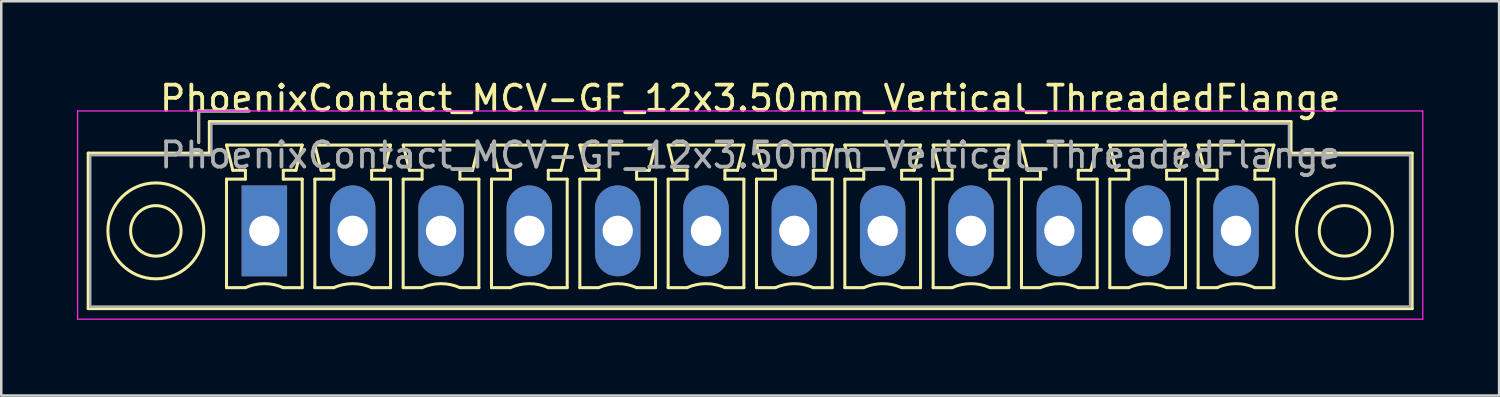
<source format=kicad_pcb>
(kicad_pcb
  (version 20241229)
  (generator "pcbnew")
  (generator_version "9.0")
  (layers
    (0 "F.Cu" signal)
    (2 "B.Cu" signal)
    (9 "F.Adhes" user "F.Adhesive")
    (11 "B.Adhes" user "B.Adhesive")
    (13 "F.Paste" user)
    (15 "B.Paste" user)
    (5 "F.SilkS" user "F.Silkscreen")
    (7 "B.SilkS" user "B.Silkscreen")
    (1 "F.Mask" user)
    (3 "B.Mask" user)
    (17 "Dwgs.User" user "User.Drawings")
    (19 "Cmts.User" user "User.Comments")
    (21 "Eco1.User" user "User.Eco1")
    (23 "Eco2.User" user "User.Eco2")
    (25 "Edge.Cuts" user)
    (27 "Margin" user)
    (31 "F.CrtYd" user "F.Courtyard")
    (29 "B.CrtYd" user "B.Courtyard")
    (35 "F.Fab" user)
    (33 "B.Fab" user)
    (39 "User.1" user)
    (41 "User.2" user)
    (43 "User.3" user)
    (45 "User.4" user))
  (footprint "PhoenixContact_MCV-GF_12x3.50mm_Vertical_ThreadedFlange"
    (layer "F.Cu")
    (at 7.425 6.098)
    (property "Reference" "PhoenixContact_MCV-GF_12x3.50mm_Vertical_ThreadedFlange" (at 19.25 -5.25 0) (layer "F.SilkS") (effects (font (size 1 1) (thickness 0.15))))
    (attr through_hole)
    (fp_line (start -6.98 -3.08) (end -6.98 3.08) (stroke (width 0.12) (type solid)) (layer "F.SilkS"))
    (fp_line (start -6.98 3.08) (end 45.48 3.08) (stroke (width 0.12) (type solid)) (layer "F.SilkS"))
    (fp_line (start -2.6 -4.75) (end -0.6 -4.75) (stroke (width 0.12) (type solid)) (layer "F.SilkS"))
    (fp_line (start -2.6 -3.5) (end -2.6 -4.75) (stroke (width 0.12) (type solid)) (layer "F.SilkS"))
    (fp_line (start -2.18 -4.33) (end -2.18 -3.08) (stroke (width 0.12) (type solid)) (layer "F.SilkS"))
    (fp_line (start -2.18 -3.08) (end -6.98 -3.08) (stroke (width 0.12) (type solid)) (layer "F.SilkS"))
    (fp_line (start -1.5 -3.4) (end 1.5 -3.4) (stroke (width 0.12) (type solid)) (layer "F.SilkS"))
    (fp_line (start -1.5 -2.05) (end -0.75 -2.05) (stroke (width 0.12) (type solid)) (layer "F.SilkS"))
    (fp_line (start -1.5 2.25) (end -1.5 -2.05) (stroke (width 0.12) (type solid)) (layer "F.SilkS"))
    (fp_line (start -1.25 -2.4) (end -1.5 -3.4) (stroke (width 0.12) (type solid)) (layer "F.SilkS"))
    (fp_line (start -0.75 -2.4) (end -1.25 -2.4) (stroke (width 0.12) (type solid)) (layer "F.SilkS"))
    (fp_line (start -0.75 -2.05) (end -0.75 -2.4) (stroke (width 0.12) (type solid)) (layer "F.SilkS"))
    (fp_line (start -0.75 2.25) (end -1.5 2.25) (stroke (width 0.12) (type solid)) (layer "F.SilkS"))
    (fp_line (start 0.75 -2.4) (end 0.75 -2.05) (stroke (width 0.12) (type solid)) (layer "F.SilkS"))
    (fp_line (start 0.75 -2.05) (end 1.5 -2.05) (stroke (width 0.12) (type solid)) (layer "F.SilkS"))
    (fp_line (start 1.25 -2.4) (end 0.75 -2.4) (stroke (width 0.12) (type solid)) (layer "F.SilkS"))
    (fp_line (start 1.5 -3.4) (end 1.25 -2.4) (stroke (width 0.12) (type solid)) (layer "F.SilkS"))
    (fp_line (start 1.5 -2.05) (end 1.5 2.25) (stroke (width 0.12) (type solid)) (layer "F.SilkS"))
    (fp_line (start 1.5 2.25) (end 0.75 2.25) (stroke (width 0.12) (type solid)) (layer "F.SilkS"))
    (fp_line (start 2 -3.4) (end 5 -3.4) (stroke (width 0.12) (type solid)) (layer "F.SilkS"))
    (fp_line (start 2 -2.05) (end 2.75 -2.05) (stroke (width 0.12) (type solid)) (layer "F.SilkS"))
    (fp_line (start 2 2.25) (end 2 -2.05) (stroke (width 0.12) (type solid)) (layer "F.SilkS"))
    (fp_line (start 2.25 -2.4) (end 2 -3.4) (stroke (width 0.12) (type solid)) (layer "F.SilkS"))
    (fp_line (start 2.75 -2.4) (end 2.25 -2.4) (stroke (width 0.12) (type solid)) (layer "F.SilkS"))
    (fp_line (start 2.75 -2.05) (end 2.75 -2.4) (stroke (width 0.12) (type solid)) (layer "F.SilkS"))
    (fp_line (start 2.75 2.25) (end 2 2.25) (stroke (width 0.12) (type solid)) (layer "F.SilkS"))
    (fp_line (start 4.25 -2.4) (end 4.25 -2.05) (stroke (width 0.12) (type solid)) (layer "F.SilkS"))
    (fp_line (start 4.25 -2.05) (end 5 -2.05) (stroke (width 0.12) (type solid)) (layer "F.SilkS"))
    (fp_line (start 4.75 -2.4) (end 4.25 -2.4) (stroke (width 0.12) (type solid)) (layer "F.SilkS"))
    (fp_line (start 5 -3.4) (end 4.75 -2.4) (stroke (width 0.12) (type solid)) (layer "F.SilkS"))
    (fp_line (start 5 -2.05) (end 5 2.25) (stroke (width 0.12) (type solid)) (layer "F.SilkS"))
    (fp_line (start 5 2.25) (end 4.25 2.25) (stroke (width 0.12) (type solid)) (layer "F.SilkS"))
    (fp_line (start 5.5 -3.4) (end 8.5 -3.4) (stroke (width 0.12) (type solid)) (layer "F.SilkS"))
    (fp_line (start 5.5 -2.05) (end 6.25 -2.05) (stroke (width 0.12) (type solid)) (layer "F.SilkS"))
    (fp_line (start 5.5 2.25) (end 5.5 -2.05) (stroke (width 0.12) (type solid)) (layer "F.SilkS"))
    (fp_line (start 5.75 -2.4) (end 5.5 -3.4) (stroke (width 0.12) (type solid)) (layer "F.SilkS"))
    (fp_line (start 6.25 -2.4) (end 5.75 -2.4) (stroke (width 0.12) (type solid)) (layer "F.SilkS"))
    (fp_line (start 6.25 -2.05) (end 6.25 -2.4) (stroke (width 0.12) (type solid)) (layer "F.SilkS"))
    (fp_line (start 6.25 2.25) (end 5.5 2.25) (stroke (width 0.12) (type solid)) (layer "F.SilkS"))
    (fp_line (start 7.75 -2.4) (end 7.75 -2.05) (stroke (width 0.12) (type solid)) (layer "F.SilkS"))
    (fp_line (start 7.75 -2.05) (end 8.5 -2.05) (stroke (width 0.12) (type solid)) (layer "F.SilkS"))
    (fp_line (start 8.25 -2.4) (end 7.75 -2.4) (stroke (width 0.12) (type solid)) (layer "F.SilkS"))
    (fp_line (start 8.5 -3.4) (end 8.25 -2.4) (stroke (width 0.12) (type solid)) (layer "F.SilkS"))
    (fp_line (start 8.5 -2.05) (end 8.5 2.25) (stroke (width 0.12) (type solid)) (layer "F.SilkS"))
    (fp_line (start 8.5 2.25) (end 7.75 2.25) (stroke (width 0.12) (type solid)) (layer "F.SilkS"))
    (fp_line (start 9 -3.4) (end 12 -3.4) (stroke (width 0.12) (type solid)) (layer "F.SilkS"))
    (fp_line (start 9 -2.05) (end 9.75 -2.05) (stroke (width 0.12) (type solid)) (layer "F.SilkS"))
    (fp_line (start 9 2.25) (end 9 -2.05) (stroke (width 0.12) (type solid)) (layer "F.SilkS"))
    (fp_line (start 9.25 -2.4) (end 9 -3.4) (stroke (width 0.12) (type solid)) (layer "F.SilkS"))
    (fp_line (start 9.75 -2.4) (end 9.25 -2.4) (stroke (width 0.12) (type solid)) (layer "F.SilkS"))
    (fp_line (start 9.75 -2.05) (end 9.75 -2.4) (stroke (width 0.12) (type solid)) (layer "F.SilkS"))
    (fp_line (start 9.75 2.25) (end 9 2.25) (stroke (width 0.12) (type solid)) (layer "F.SilkS"))
    (fp_line (start 11.25 -2.4) (end 11.25 -2.05) (stroke (width 0.12) (type solid)) (layer "F.SilkS"))
    (fp_line (start 11.25 -2.05) (end 12 -2.05) (stroke (width 0.12) (type solid)) (layer "F.SilkS"))
    (fp_line (start 11.75 -2.4) (end 11.25 -2.4) (stroke (width 0.12) (type solid)) (layer "F.SilkS"))
    (fp_line (start 12 -3.4) (end 11.75 -2.4) (stroke (width 0.12) (type solid)) (layer "F.SilkS"))
    (fp_line (start 12 -2.05) (end 12 2.25) (stroke (width 0.12) (type solid)) (layer "F.SilkS"))
    (fp_line (start 12 2.25) (end 11.25 2.25) (stroke (width 0.12) (type solid)) (layer "F.SilkS"))
    (fp_line (start 12.5 -3.4) (end 15.5 -3.4) (stroke (width 0.12) (type solid)) (layer "F.SilkS"))
    (fp_line (start 12.5 -2.05) (end 13.25 -2.05) (stroke (width 0.12) (type solid)) (layer "F.SilkS"))
    (fp_line (start 12.5 2.25) (end 12.5 -2.05) (stroke (width 0.12) (type solid)) (layer "F.SilkS"))
    (fp_line (start 12.75 -2.4) (end 12.5 -3.4) (stroke (width 0.12) (type solid)) (layer "F.SilkS"))
    (fp_line (start 13.25 -2.4) (end 12.75 -2.4) (stroke (width 0.12) (type solid)) (layer "F.SilkS"))
    (fp_line (start 13.25 -2.05) (end 13.25 -2.4) (stroke (width 0.12) (type solid)) (layer "F.SilkS"))
    (fp_line (start 13.25 2.25) (end 12.5 2.25) (stroke (width 0.12) (type solid)) (layer "F.SilkS"))
    (fp_line (start 14.75 -2.4) (end 14.75 -2.05) (stroke (width 0.12) (type solid)) (layer "F.SilkS"))
    (fp_line (start 14.75 -2.05) (end 15.5 -2.05) (stroke (width 0.12) (type solid)) (layer "F.SilkS"))
    (fp_line (start 15.25 -2.4) (end 14.75 -2.4) (stroke (width 0.12) (type solid)) (layer "F.SilkS"))
    (fp_line (start 15.5 -3.4) (end 15.25 -2.4) (stroke (width 0.12) (type solid)) (layer "F.SilkS"))
    (fp_line (start 15.5 -2.05) (end 15.5 2.25) (stroke (width 0.12) (type solid)) (layer "F.SilkS"))
    (fp_line (start 15.5 2.25) (end 14.75 2.25) (stroke (width 0.12) (type solid)) (layer "F.SilkS"))
    (fp_line (start 16 -3.4) (end 19 -3.4) (stroke (width 0.12) (type solid)) (layer "F.SilkS"))
    (fp_line (start 16 -2.05) (end 16.75 -2.05) (stroke (width 0.12) (type solid)) (layer "F.SilkS"))
    (fp_line (start 16 2.25) (end 16 -2.05) (stroke (width 0.12) (type solid)) (layer "F.SilkS"))
    (fp_line (start 16.25 -2.4) (end 16 -3.4) (stroke (width 0.12) (type solid)) (layer "F.SilkS"))
    (fp_line (start 16.75 -2.4) (end 16.25 -2.4) (stroke (width 0.12) (type solid)) (layer "F.SilkS"))
    (fp_line (start 16.75 -2.05) (end 16.75 -2.4) (stroke (width 0.12) (type solid)) (layer "F.SilkS"))
    (fp_line (start 16.75 2.25) (end 16 2.25) (stroke (width 0.12) (type solid)) (layer "F.SilkS"))
    (fp_line (start 18.25 -2.4) (end 18.25 -2.05) (stroke (width 0.12) (type solid)) (layer "F.SilkS"))
    (fp_line (start 18.25 -2.05) (end 19 -2.05) (stroke (width 0.12) (type solid)) (layer "F.SilkS"))
    (fp_line (start 18.75 -2.4) (end 18.25 -2.4) (stroke (width 0.12) (type solid)) (layer "F.SilkS"))
    (fp_line (start 19 -3.4) (end 18.75 -2.4) (stroke (width 0.12) (type solid)) (layer "F.SilkS"))
    (fp_line (start 19 -2.05) (end 19 2.25) (stroke (width 0.12) (type solid)) (layer "F.SilkS"))
    (fp_line (start 19 2.25) (end 18.25 2.25) (stroke (width 0.12) (type solid)) (layer "F.SilkS"))
    (fp_line (start 19.5 -3.4) (end 22.5 -3.4) (stroke (width 0.12) (type solid)) (layer "F.SilkS"))
    (fp_line (start 19.5 -2.05) (end 20.25 -2.05) (stroke (width 0.12) (type solid)) (layer "F.SilkS"))
    (fp_line (start 19.5 2.25) (end 19.5 -2.05) (stroke (width 0.12) (type solid)) (layer "F.SilkS"))
    (fp_line (start 19.75 -2.4) (end 19.5 -3.4) (stroke (width 0.12) (type solid)) (layer "F.SilkS"))
    (fp_line (start 20.25 -2.4) (end 19.75 -2.4) (stroke (width 0.12) (type solid)) (layer "F.SilkS"))
    (fp_line (start 20.25 -2.05) (end 20.25 -2.4) (stroke (width 0.12) (type solid)) (layer "F.SilkS"))
    (fp_line (start 20.25 2.25) (end 19.5 2.25) (stroke (width 0.12) (type solid)) (layer "F.SilkS"))
    (fp_line (start 21.75 -2.4) (end 21.75 -2.05) (stroke (width 0.12) (type solid)) (layer "F.SilkS"))
    (fp_line (start 21.75 -2.05) (end 22.5 -2.05) (stroke (width 0.12) (type solid)) (layer "F.SilkS"))
    (fp_line (start 22.25 -2.4) (end 21.75 -2.4) (stroke (width 0.12) (type solid)) (layer "F.SilkS"))
    (fp_line (start 22.5 -3.4) (end 22.25 -2.4) (stroke (width 0.12) (type solid)) (layer "F.SilkS"))
    (fp_line (start 22.5 -2.05) (end 22.5 2.25) (stroke (width 0.12) (type solid)) (layer "F.SilkS"))
    (fp_line (start 22.5 2.25) (end 21.75 2.25) (stroke (width 0.12) (type solid)) (layer "F.SilkS"))
    (fp_line (start 23 -3.4) (end 26 -3.4) (stroke (width 0.12) (type solid)) (layer "F.SilkS"))
    (fp_line (start 23 -2.05) (end 23.75 -2.05) (stroke (width 0.12) (type solid)) (layer "F.SilkS"))
    (fp_line (start 23 2.25) (end 23 -2.05) (stroke (width 0.12) (type solid)) (layer "F.SilkS"))
    (fp_line (start 23.25 -2.4) (end 23 -3.4) (stroke (width 0.12) (type solid)) (layer "F.SilkS"))
    (fp_line (start 23.75 -2.4) (end 23.25 -2.4) (stroke (width 0.12) (type solid)) (layer "F.SilkS"))
    (fp_line (start 23.75 -2.05) (end 23.75 -2.4) (stroke (width 0.12) (type solid)) (layer "F.SilkS"))
    (fp_line (start 23.75 2.25) (end 23 2.25) (stroke (width 0.12) (type solid)) (layer "F.SilkS"))
    (fp_line (start 25.25 -2.4) (end 25.25 -2.05) (stroke (width 0.12) (type solid)) (layer "F.SilkS"))
    (fp_line (start 25.25 -2.05) (end 26 -2.05) (stroke (width 0.12) (type solid)) (layer "F.SilkS"))
    (fp_line (start 25.75 -2.4) (end 25.25 -2.4) (stroke (width 0.12) (type solid)) (layer "F.SilkS"))
    (fp_line (start 26 -3.4) (end 25.75 -2.4) (stroke (width 0.12) (type solid)) (layer "F.SilkS"))
    (fp_line (start 26 -2.05) (end 26 2.25) (stroke (width 0.12) (type solid)) (layer "F.SilkS"))
    (fp_line (start 26 2.25) (end 25.25 2.25) (stroke (width 0.12) (type solid)) (layer "F.SilkS"))
    (fp_line (start 26.5 -3.4) (end 29.5 -3.4) (stroke (width 0.12) (type solid)) (layer "F.SilkS"))
    (fp_line (start 26.5 -2.05) (end 27.25 -2.05) (stroke (width 0.12) (type solid)) (layer "F.SilkS"))
    (fp_line (start 26.5 2.25) (end 26.5 -2.05) (stroke (width 0.12) (type solid)) (layer "F.SilkS"))
    (fp_line (start 26.75 -2.4) (end 26.5 -3.4) (stroke (width 0.12) (type solid)) (layer "F.SilkS"))
    (fp_line (start 27.25 -2.4) (end 26.75 -2.4) (stroke (width 0.12) (type solid)) (layer "F.SilkS"))
    (fp_line (start 27.25 -2.05) (end 27.25 -2.4) (stroke (width 0.12) (type solid)) (layer "F.SilkS"))
    (fp_line (start 27.25 2.25) (end 26.5 2.25) (stroke (width 0.12) (type solid)) (layer "F.SilkS"))
    (fp_line (start 28.75 -2.4) (end 28.75 -2.05) (stroke (width 0.12) (type solid)) (layer "F.SilkS"))
    (fp_line (start 28.75 -2.05) (end 29.5 -2.05) (stroke (width 0.12) (type solid)) (layer "F.SilkS"))
    (fp_line (start 29.25 -2.4) (end 28.75 -2.4) (stroke (width 0.12) (type solid)) (layer "F.SilkS"))
    (fp_line (start 29.5 -3.4) (end 29.25 -2.4) (stroke (width 0.12) (type solid)) (layer "F.SilkS"))
    (fp_line (start 29.5 -2.05) (end 29.5 2.25) (stroke (width 0.12) (type solid)) (layer "F.SilkS"))
    (fp_line (start 29.5 2.25) (end 28.75 2.25) (stroke (width 0.12) (type solid)) (layer "F.SilkS"))
    (fp_line (start 30 -3.4) (end 33 -3.4) (stroke (width 0.12) (type solid)) (layer "F.SilkS"))
    (fp_line (start 30 -2.05) (end 30.75 -2.05) (stroke (width 0.12) (type solid)) (layer "F.SilkS"))
    (fp_line (start 30 2.25) (end 30 -2.05) (stroke (width 0.12) (type solid)) (layer "F.SilkS"))
    (fp_line (start 30.25 -2.4) (end 30 -3.4) (stroke (width 0.12) (type solid)) (layer "F.SilkS"))
    (fp_line (start 30.75 -2.4) (end 30.25 -2.4) (stroke (width 0.12) (type solid)) (layer "F.SilkS"))
    (fp_line (start 30.75 -2.05) (end 30.75 -2.4) (stroke (width 0.12) (type solid)) (layer "F.SilkS"))
    (fp_line (start 30.75 2.25) (end 30 2.25) (stroke (width 0.12) (type solid)) (layer "F.SilkS"))
    (fp_line (start 32.25 -2.4) (end 32.25 -2.05) (stroke (width 0.12) (type solid)) (layer "F.SilkS"))
    (fp_line (start 32.25 -2.05) (end 33 -2.05) (stroke (width 0.12) (type solid)) (layer "F.SilkS"))
    (fp_line (start 32.75 -2.4) (end 32.25 -2.4) (stroke (width 0.12) (type solid)) (layer "F.SilkS"))
    (fp_line (start 33 -3.4) (end 32.75 -2.4) (stroke (width 0.12) (type solid)) (layer "F.SilkS"))
    (fp_line (start 33 -2.05) (end 33 2.25) (stroke (width 0.12) (type solid)) (layer "F.SilkS"))
    (fp_line (start 33 2.25) (end 32.25 2.25) (stroke (width 0.12) (type solid)) (layer "F.SilkS"))
    (fp_line (start 33.5 -3.4) (end 36.5 -3.4) (stroke (width 0.12) (type solid)) (layer "F.SilkS"))
    (fp_line (start 33.5 -2.05) (end 34.25 -2.05) (stroke (width 0.12) (type solid)) (layer "F.SilkS"))
    (fp_line (start 33.5 2.25) (end 33.5 -2.05) (stroke (width 0.12) (type solid)) (layer "F.SilkS"))
    (fp_line (start 33.75 -2.4) (end 33.5 -3.4) (stroke (width 0.12) (type solid)) (layer "F.SilkS"))
    (fp_line (start 34.25 -2.4) (end 33.75 -2.4) (stroke (width 0.12) (type solid)) (layer "F.SilkS"))
    (fp_line (start 34.25 -2.05) (end 34.25 -2.4) (stroke (width 0.12) (type solid)) (layer "F.SilkS"))
    (fp_line (start 34.25 2.25) (end 33.5 2.25) (stroke (width 0.12) (type solid)) (layer "F.SilkS"))
    (fp_line (start 35.75 -2.4) (end 35.75 -2.05) (stroke (width 0.12) (type solid)) (layer "F.SilkS"))
    (fp_line (start 35.75 -2.05) (end 36.5 -2.05) (stroke (width 0.12) (type solid)) (layer "F.SilkS"))
    (fp_line (start 36.25 -2.4) (end 35.75 -2.4) (stroke (width 0.12) (type solid)) (layer "F.SilkS"))
    (fp_line (start 36.5 -3.4) (end 36.25 -2.4) (stroke (width 0.12) (type solid)) (layer "F.SilkS"))
    (fp_line (start 36.5 -2.05) (end 36.5 2.25) (stroke (width 0.12) (type solid)) (layer "F.SilkS"))
    (fp_line (start 36.5 2.25) (end 35.75 2.25) (stroke (width 0.12) (type solid)) (layer "F.SilkS"))
    (fp_line (start 37 -3.4) (end 40 -3.4) (stroke (width 0.12) (type solid)) (layer "F.SilkS"))
    (fp_line (start 37 -2.05) (end 37.75 -2.05) (stroke (width 0.12) (type solid)) (layer "F.SilkS"))
    (fp_line (start 37 2.25) (end 37 -2.05) (stroke (width 0.12) (type solid)) (layer "F.SilkS"))
    (fp_line (start 37.25 -2.4) (end 37 -3.4) (stroke (width 0.12) (type solid)) (layer "F.SilkS"))
    (fp_line (start 37.75 -2.4) (end 37.25 -2.4) (stroke (width 0.12) (type solid)) (layer "F.SilkS"))
    (fp_line (start 37.75 -2.05) (end 37.75 -2.4) (stroke (width 0.12) (type solid)) (layer "F.SilkS"))
    (fp_line (start 37.75 2.25) (end 37 2.25) (stroke (width 0.12) (type solid)) (layer "F.SilkS"))
    (fp_line (start 39.25 -2.4) (end 39.25 -2.05) (stroke (width 0.12) (type solid)) (layer "F.SilkS"))
    (fp_line (start 39.25 -2.05) (end 40 -2.05) (stroke (width 0.12) (type solid)) (layer "F.SilkS"))
    (fp_line (start 39.75 -2.4) (end 39.25 -2.4) (stroke (width 0.12) (type solid)) (layer "F.SilkS"))
    (fp_line (start 40 -3.4) (end 39.75 -2.4) (stroke (width 0.12) (type solid)) (layer "F.SilkS"))
    (fp_line (start 40 -2.05) (end 40 2.25) (stroke (width 0.12) (type solid)) (layer "F.SilkS"))
    (fp_line (start 40 2.25) (end 39.25 2.25) (stroke (width 0.12) (type solid)) (layer "F.SilkS"))
    (fp_line (start 40.68 -4.33) (end -2.18 -4.33) (stroke (width 0.12) (type solid)) (layer "F.SilkS"))
    (fp_line (start 40.68 -3.08) (end 40.68 -4.33) (stroke (width 0.12) (type solid)) (layer "F.SilkS"))
    (fp_line (start 45.48 -3.08) (end 40.68 -3.08) (stroke (width 0.12) (type solid)) (layer "F.SilkS"))
    (fp_line (start 45.48 3.08) (end 45.48 -3.08) (stroke (width 0.12) (type solid)) (layer "F.SilkS"))
    (fp_arc (start -0.75 2.25) (mid -0.000193 2.09191) (end 0.749647 2.249844) (stroke (width 0.12) (type solid)) (layer "F.SilkS"))
    (fp_arc (start 2.75 2.25) (mid 3.499807 2.09191) (end 4.249647 2.249844) (stroke (width 0.12) (type solid)) (layer "F.SilkS"))
    (fp_arc (start 6.25 2.25) (mid 6.999807 2.09191) (end 7.749647 2.249844) (stroke (width 0.12) (type solid)) (layer "F.SilkS"))
    (fp_arc (start 9.75 2.25) (mid 10.499807 2.09191) (end 11.249647 2.249844) (stroke (width 0.12) (type solid)) (layer "F.SilkS"))
    (fp_arc (start 13.25 2.25) (mid 13.999807 2.09191) (end 14.749647 2.249844) (stroke (width 0.12) (type solid)) (layer "F.SilkS"))
    (fp_arc (start 16.75 2.25) (mid 17.499807 2.09191) (end 18.249647 2.249844) (stroke (width 0.12) (type solid)) (layer "F.SilkS"))
    (fp_arc (start 20.25 2.25) (mid 20.999807 2.09191) (end 21.749647 2.249844) (stroke (width 0.12) (type solid)) (layer "F.SilkS"))
    (fp_arc (start 23.75 2.25) (mid 24.499807 2.09191) (end 25.249647 2.249844) (stroke (width 0.12) (type solid)) (layer "F.SilkS"))
    (fp_arc (start 27.25 2.25) (mid 27.999807 2.09191) (end 28.749647 2.249844) (stroke (width 0.12) (type solid)) (layer "F.SilkS"))
    (fp_arc (start 30.75 2.25) (mid 31.499807 2.09191) (end 32.249647 2.249844) (stroke (width 0.12) (type solid)) (layer "F.SilkS"))
    (fp_arc (start 34.25 2.25) (mid 34.999807 2.09191) (end 35.749647 2.249844) (stroke (width 0.12) (type solid)) (layer "F.SilkS"))
    (fp_arc (start 37.75 2.25) (mid 38.499807 2.09191) (end 39.249647 2.249844) (stroke (width 0.12) (type solid)) (layer "F.SilkS"))
    (fp_circle (center -4.3 0) (end -3.3 0) (stroke (width 0.12) (type solid)) (fill no) (layer "F.SilkS"))
    (fp_circle (center -4.3 0) (end -2.4 0) (stroke (width 0.12) (type solid)) (fill no) (layer "F.SilkS"))
    (fp_circle (center 42.8 0) (end 43.8 0) (stroke (width 0.12) (type solid)) (fill no) (layer "F.SilkS"))
    (fp_circle (center 42.8 0) (end 44.7 0) (stroke (width 0.12) (type solid)) (fill no) (layer "F.SilkS"))
    (fp_line (start -7.4 -4.75) (end -7.4 3.5) (stroke (width 0.05) (type solid)) (layer "F.CrtYd"))
    (fp_line (start -7.4 3.5) (end 45.9 3.5) (stroke (width 0.05) (type solid)) (layer "F.CrtYd"))
    (fp_line (start 45.9 -4.75) (end -7.4 -4.75) (stroke (width 0.05) (type solid)) (layer "F.CrtYd"))
    (fp_line (start 45.9 3.5) (end 45.9 -4.75) (stroke (width 0.05) (type solid)) (layer "F.CrtYd"))
    (fp_line (start -6.9 -3) (end -6.9 3) (stroke (width 0.1) (type solid)) (layer "F.Fab"))
    (fp_line (start -6.9 3) (end 45.4 3) (stroke (width 0.1) (type solid)) (layer "F.Fab"))
    (fp_line (start -2.6 -4.75) (end -0.6 -4.75) (stroke (width 0.1) (type solid)) (layer "F.Fab"))
    (fp_line (start -2.6 -3.5) (end -2.6 -4.75) (stroke (width 0.1) (type solid)) (layer "F.Fab"))
    (fp_line (start -2.1 -4.25) (end -2.1 -3) (stroke (width 0.1) (type solid)) (layer "F.Fab"))
    (fp_line (start -2.1 -3) (end -6.9 -3) (stroke (width 0.1) (type solid)) (layer "F.Fab"))
    (fp_line (start 40.6 -4.25) (end -2.1 -4.25) (stroke (width 0.1) (type solid)) (layer "F.Fab"))
    (fp_line (start 40.6 -3) (end 40.6 -4.25) (stroke (width 0.1) (type solid)) (layer "F.Fab"))
    (fp_line (start 45.4 -3) (end 40.6 -3) (stroke (width 0.1) (type solid)) (layer "F.Fab"))
    (fp_line (start 45.4 3) (end 45.4 -3) (stroke (width 0.1) (type solid)) (layer "F.Fab"))
    (fp_text user "${REFERENCE}" (at 19.25 -3 0) (layer "F.Fab") (effects (font (size 1 1) (thickness 0.15))))
    (pad "1" thru_hole rect (at 0 0) (size 1.8 3.6) (drill 1.2) (layers "*.Cu" "*.Mask"))
    (pad "2" thru_hole oval (at 3.5 0) (size 1.8 3.6) (drill 1.2) (layers "*.Cu" "*.Mask"))
    (pad "3" thru_hole oval (at 7 0) (size 1.8 3.6) (drill 1.2) (layers "*.Cu" "*.Mask"))
    (pad "4" thru_hole oval (at 10.5 0) (size 1.8 3.6) (drill 1.2) (layers "*.Cu" "*.Mask"))
    (pad "5" thru_hole oval (at 14 0) (size 1.8 3.6) (drill 1.2) (layers "*.Cu" "*.Mask"))
    (pad "6" thru_hole oval (at 17.5 0) (size 1.8 3.6) (drill 1.2) (layers "*.Cu" "*.Mask"))
    (pad "7" thru_hole oval (at 21 0) (size 1.8 3.6) (drill 1.2) (layers "*.Cu" "*.Mask"))
    (pad "8" thru_hole oval (at 24.5 0) (size 1.8 3.6) (drill 1.2) (layers "*.Cu" "*.Mask"))
    (pad "9" thru_hole oval (at 28 0) (size 1.8 3.6) (drill 1.2) (layers "*.Cu" "*.Mask"))
    (pad "10" thru_hole oval (at 31.5 0) (size 1.8 3.6) (drill 1.2) (layers "*.Cu" "*.Mask"))
    (pad "11" thru_hole oval (at 35 0) (size 1.8 3.6) (drill 1.2) (layers "*.Cu" "*.Mask"))
    (pad "12" thru_hole oval (at 38.5 0) (size 1.8 3.6) (drill 1.2) (layers "*.Cu" "*.Mask")))
  (gr_rect
    (start -3 -3)
    (end 56.35 12.623)
    (stroke (width 0.1) (type default))
    (fill no)
    (layer "Edge.Cuts")))
</source>
